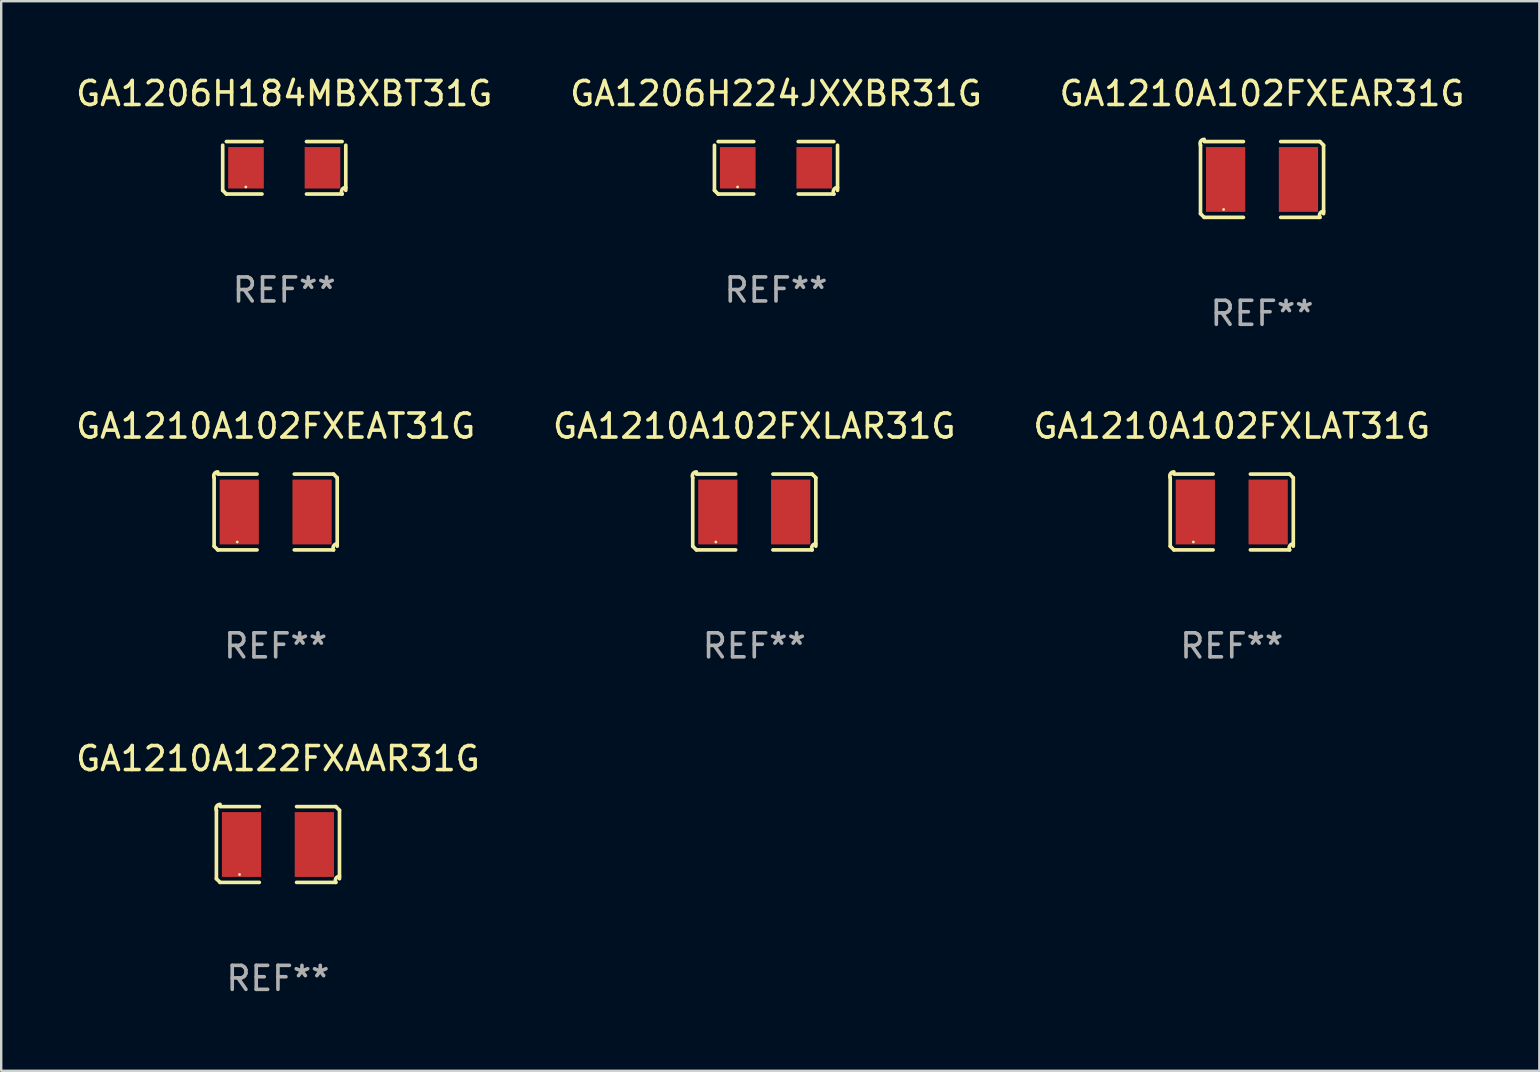
<source format=kicad_pcb>
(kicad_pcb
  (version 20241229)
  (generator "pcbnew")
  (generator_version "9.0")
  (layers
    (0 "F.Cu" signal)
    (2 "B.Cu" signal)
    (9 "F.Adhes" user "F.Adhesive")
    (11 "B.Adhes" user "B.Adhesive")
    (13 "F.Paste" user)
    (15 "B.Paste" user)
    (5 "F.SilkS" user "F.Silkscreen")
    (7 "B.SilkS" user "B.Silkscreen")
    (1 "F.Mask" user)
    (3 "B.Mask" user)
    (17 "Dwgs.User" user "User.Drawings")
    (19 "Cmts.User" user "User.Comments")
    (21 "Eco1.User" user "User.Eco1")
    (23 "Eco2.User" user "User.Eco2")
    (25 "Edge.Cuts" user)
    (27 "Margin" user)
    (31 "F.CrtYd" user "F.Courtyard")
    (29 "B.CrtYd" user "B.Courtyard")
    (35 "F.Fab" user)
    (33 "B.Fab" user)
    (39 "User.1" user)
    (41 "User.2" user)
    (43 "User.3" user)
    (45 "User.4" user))
  (footprint "GA1210A102FXLAR31G"
    (layer "F.Cu")
    (at 28.375 18.281)
    (property "Reference" "GA1210A102FXLAR31G" (at 0 -3.579 0) (layer "F.SilkS") (effects (font (size 1 1) (thickness 0.15))))
    (attr through_hole)
    (fp_line (start -2.564 1.426) (end -2.564 -1.426) (stroke (width 0.152) (type solid)) (layer "F.SilkS"))
    (fp_line (start -2.411 -1.579) (end -0.776 -1.579) (stroke (width 0.152) (type solid)) (layer "F.SilkS"))
    (fp_line (start -0.776 1.579) (end -2.411 1.579) (stroke (width 0.152) (type solid)) (layer "F.SilkS"))
    (fp_line (start 0.776 1.579) (end 2.411 1.579) (stroke (width 0.152) (type solid)) (layer "F.SilkS"))
    (fp_line (start 2.411 -1.579) (end 0.776 -1.579) (stroke (width 0.152) (type solid)) (layer "F.SilkS"))
    (fp_line (start 2.564 1.426) (end 2.564 -1.426) (stroke (width 0.152) (type solid)) (layer "F.SilkS"))
    (fp_arc (start -2.563602 -1.426213) (mid -2.555597 -1.591233) (end -2.411201 -1.671518) (stroke (width 0.1524) (type solid)) (layer "F.SilkS"))
    (fp_arc (start -2.5636 1.426214) (mid -2.487389 1.502402) (end -2.411201 1.578613) (stroke (width 0.1524) (type solid)) (layer "F.SilkS"))
    (fp_arc (start 2.411197 -1.578618) (mid 2.487403 -1.502419) (end 2.563602 -1.426213) (stroke (width 0.1524) (type solid)) (layer "F.SilkS"))
    (fp_arc (start 2.411201 1.578613) (mid 2.416214 1.409455) (end 2.563602 1.32629) (stroke (width 0.1524) (type solid)) (layer "F.SilkS"))
    (fp_circle (center -1.6 1.25) (end -1.57 1.25) (stroke (width 0.06) (type solid)) (fill no) (layer "F.SilkS"))
    (fp_text user "REF**" (at 0 5.579 0) (layer "F.Fab") (effects (font (size 1 1) (thickness 0.15))))
    (pad "1" smd rect (at -1.517 0) (size 1.635 2.7) (layers "F.Cu" "F.Mask" "F.Paste"))
    (pad "2" smd rect (at 1.517 0) (size 1.635 2.7) (layers "F.Cu" "F.Mask" "F.Paste")))
  (footprint "GA1206H184MBXBT31G"
    (layer "F.Cu")
    (at 8.792 3.941)
    (property "Reference" "GA1206H184MBXBT31G" (at 0 -3.093 0) (layer "F.SilkS") (effects (font (size 1 1) (thickness 0.15))))
    (attr through_hole)
    (fp_line (start -2.564 0.94) (end -2.564 -0.94) (stroke (width 0.152) (type solid)) (layer "F.SilkS"))
    (fp_line (start -2.411 -1.093) (end -0.926 -1.093) (stroke (width 0.152) (type solid)) (layer "F.SilkS"))
    (fp_line (start -0.926 1.093) (end -2.411 1.093) (stroke (width 0.152) (type solid)) (layer "F.SilkS"))
    (fp_line (start 0.926 1.093) (end 2.411 1.093) (stroke (width 0.152) (type solid)) (layer "F.SilkS"))
    (fp_line (start 2.411 -1.093) (end 0.926 -1.093) (stroke (width 0.152) (type solid)) (layer "F.SilkS"))
    (fp_line (start 2.564 0.94) (end 2.564 -0.94) (stroke (width 0.152) (type solid)) (layer "F.SilkS"))
    (fp_arc (start -2.411201 1.092609) (mid -2.487413 1.01642) (end -2.563602 0.940208) (stroke (width 0.1524) (type solid)) (layer "F.SilkS"))
    (fp_arc (start 2.411201 1.092609) (mid 2.407159 0.911226) (end 2.563602 0.819347) (stroke (width 0.1524) (type solid)) (layer "F.SilkS"))
    (fp_circle (center -1.6 0.8) (end -1.57 0.8) (stroke (width 0.06) (type solid)) (fill no) (layer "F.SilkS"))
    (fp_text user "REF**" (at 0 5.093 0) (layer "F.Fab") (effects (font (size 1 1) (thickness 0.15))))
    (pad "1" smd rect (at -1.593 0) (size 1.485 1.728) (layers "F.Cu" "F.Mask" "F.Paste"))
    (pad "2" smd rect (at 1.593 0) (size 1.485 1.728) (layers "F.Cu" "F.Mask" "F.Paste")))
  (footprint "GA1210A102FXLAT31G"
    (layer "F.Cu")
    (at 48.268 18.281)
    (property "Reference" "GA1210A102FXLAT31G" (at 0 -3.579 0) (layer "F.SilkS") (effects (font (size 1 1) (thickness 0.15))))
    (attr through_hole)
    (fp_line (start -2.564 1.426) (end -2.564 -1.426) (stroke (width 0.152) (type solid)) (layer "F.SilkS"))
    (fp_line (start -2.411 -1.579) (end -0.776 -1.579) (stroke (width 0.152) (type solid)) (layer "F.SilkS"))
    (fp_line (start -0.776 1.579) (end -2.411 1.579) (stroke (width 0.152) (type solid)) (layer "F.SilkS"))
    (fp_line (start 0.776 1.579) (end 2.411 1.579) (stroke (width 0.152) (type solid)) (layer "F.SilkS"))
    (fp_line (start 2.411 -1.579) (end 0.776 -1.579) (stroke (width 0.152) (type solid)) (layer "F.SilkS"))
    (fp_line (start 2.564 1.426) (end 2.564 -1.426) (stroke (width 0.152) (type solid)) (layer "F.SilkS"))
    (fp_arc (start -2.563602 -1.426213) (mid -2.555597 -1.591233) (end -2.411201 -1.671518) (stroke (width 0.1524) (type solid)) (layer "F.SilkS"))
    (fp_arc (start -2.5636 1.426214) (mid -2.487389 1.502402) (end -2.411201 1.578613) (stroke (width 0.1524) (type solid)) (layer "F.SilkS"))
    (fp_arc (start 2.411197 -1.578618) (mid 2.487403 -1.502419) (end 2.563602 -1.426213) (stroke (width 0.1524) (type solid)) (layer "F.SilkS"))
    (fp_arc (start 2.411201 1.578613) (mid 2.416214 1.409455) (end 2.563602 1.32629) (stroke (width 0.1524) (type solid)) (layer "F.SilkS"))
    (fp_circle (center -1.6 1.25) (end -1.57 1.25) (stroke (width 0.06) (type solid)) (fill no) (layer "F.SilkS"))
    (fp_text user "REF**" (at 0 5.579 0) (layer "F.Fab") (effects (font (size 1 1) (thickness 0.15))))
    (pad "1" smd rect (at -1.517 0) (size 1.635 2.7) (layers "F.Cu" "F.Mask" "F.Paste"))
    (pad "2" smd rect (at 1.517 0) (size 1.635 2.7) (layers "F.Cu" "F.Mask" "F.Paste")))
  (footprint "GA1210A122FXAAR31G"
    (layer "F.Cu")
    (at 8.53 32.134)
    (property "Reference" "GA1210A122FXAAR31G" (at 0 -3.579 0) (layer "F.SilkS") (effects (font (size 1 1) (thickness 0.15))))
    (attr through_hole)
    (fp_line (start -2.564 1.426) (end -2.564 -1.426) (stroke (width 0.152) (type solid)) (layer "F.SilkS"))
    (fp_line (start -2.411 -1.579) (end -0.776 -1.579) (stroke (width 0.152) (type solid)) (layer "F.SilkS"))
    (fp_line (start -0.776 1.579) (end -2.411 1.579) (stroke (width 0.152) (type solid)) (layer "F.SilkS"))
    (fp_line (start 0.776 1.579) (end 2.411 1.579) (stroke (width 0.152) (type solid)) (layer "F.SilkS"))
    (fp_line (start 2.411 -1.579) (end 0.776 -1.579) (stroke (width 0.152) (type solid)) (layer "F.SilkS"))
    (fp_line (start 2.564 1.426) (end 2.564 -1.426) (stroke (width 0.152) (type solid)) (layer "F.SilkS"))
    (fp_arc (start -2.563602 -1.426213) (mid -2.555597 -1.591233) (end -2.411201 -1.671518) (stroke (width 0.1524) (type solid)) (layer "F.SilkS"))
    (fp_arc (start -2.5636 1.426214) (mid -2.487389 1.502402) (end -2.411201 1.578613) (stroke (width 0.1524) (type solid)) (layer "F.SilkS"))
    (fp_arc (start 2.411197 -1.578618) (mid 2.487403 -1.502419) (end 2.563602 -1.426213) (stroke (width 0.1524) (type solid)) (layer "F.SilkS"))
    (fp_arc (start 2.411201 1.578613) (mid 2.416214 1.409455) (end 2.563602 1.32629) (stroke (width 0.1524) (type solid)) (layer "F.SilkS"))
    (fp_circle (center -1.6 1.25) (end -1.57 1.25) (stroke (width 0.06) (type solid)) (fill no) (layer "F.SilkS"))
    (fp_text user "REF**" (at 0 5.579 0) (layer "F.Fab") (effects (font (size 1 1) (thickness 0.15))))
    (pad "1" smd rect (at -1.517 0) (size 1.635 2.7) (layers "F.Cu" "F.Mask" "F.Paste"))
    (pad "2" smd rect (at 1.517 0) (size 1.635 2.7) (layers "F.Cu" "F.Mask" "F.Paste")))
  (footprint "GA1210A102FXEAR31G"
    (layer "F.Cu")
    (at 49.53 4.427)
    (property "Reference" "GA1210A102FXEAR31G" (at 0 -3.579 0) (layer "F.SilkS") (effects (font (size 1 1) (thickness 0.15))))
    (attr through_hole)
    (fp_line (start -2.564 1.426) (end -2.564 -1.426) (stroke (width 0.152) (type solid)) (layer "F.SilkS"))
    (fp_line (start -2.411 -1.579) (end -0.776 -1.579) (stroke (width 0.152) (type solid)) (layer "F.SilkS"))
    (fp_line (start -0.776 1.579) (end -2.411 1.579) (stroke (width 0.152) (type solid)) (layer "F.SilkS"))
    (fp_line (start 0.776 1.579) (end 2.411 1.579) (stroke (width 0.152) (type solid)) (layer "F.SilkS"))
    (fp_line (start 2.411 -1.579) (end 0.776 -1.579) (stroke (width 0.152) (type solid)) (layer "F.SilkS"))
    (fp_line (start 2.564 1.426) (end 2.564 -1.426) (stroke (width 0.152) (type solid)) (layer "F.SilkS"))
    (fp_arc (start -2.563602 -1.426213) (mid -2.555597 -1.591233) (end -2.411201 -1.671518) (stroke (width 0.1524) (type solid)) (layer "F.SilkS"))
    (fp_arc (start -2.5636 1.426214) (mid -2.487389 1.502402) (end -2.411201 1.578613) (stroke (width 0.1524) (type solid)) (layer "F.SilkS"))
    (fp_arc (start 2.411197 -1.578618) (mid 2.487403 -1.502419) (end 2.563602 -1.426213) (stroke (width 0.1524) (type solid)) (layer "F.SilkS"))
    (fp_arc (start 2.411201 1.578613) (mid 2.416214 1.409455) (end 2.563602 1.32629) (stroke (width 0.1524) (type solid)) (layer "F.SilkS"))
    (fp_circle (center -1.6 1.25) (end -1.57 1.25) (stroke (width 0.06) (type solid)) (fill no) (layer "F.SilkS"))
    (fp_text user "REF**" (at 0 5.579 0) (layer "F.Fab") (effects (font (size 1 1) (thickness 0.15))))
    (pad "1" smd rect (at -1.517 0) (size 1.635 2.7) (layers "F.Cu" "F.Mask" "F.Paste"))
    (pad "2" smd rect (at 1.517 0) (size 1.635 2.7) (layers "F.Cu" "F.Mask" "F.Paste")))
  (footprint "GA1210A102FXEAT31G"
    (layer "F.Cu")
    (at 8.435 18.281)
    (property "Reference" "GA1210A102FXEAT31G" (at 0 -3.579 0) (layer "F.SilkS") (effects (font (size 1 1) (thickness 0.15))))
    (attr through_hole)
    (fp_line (start -2.564 1.426) (end -2.564 -1.426) (stroke (width 0.152) (type solid)) (layer "F.SilkS"))
    (fp_line (start -2.411 -1.579) (end -0.776 -1.579) (stroke (width 0.152) (type solid)) (layer "F.SilkS"))
    (fp_line (start -0.776 1.579) (end -2.411 1.579) (stroke (width 0.152) (type solid)) (layer "F.SilkS"))
    (fp_line (start 0.776 1.579) (end 2.411 1.579) (stroke (width 0.152) (type solid)) (layer "F.SilkS"))
    (fp_line (start 2.411 -1.579) (end 0.776 -1.579) (stroke (width 0.152) (type solid)) (layer "F.SilkS"))
    (fp_line (start 2.564 1.426) (end 2.564 -1.426) (stroke (width 0.152) (type solid)) (layer "F.SilkS"))
    (fp_arc (start -2.563602 -1.426213) (mid -2.555597 -1.591233) (end -2.411201 -1.671518) (stroke (width 0.1524) (type solid)) (layer "F.SilkS"))
    (fp_arc (start -2.5636 1.426214) (mid -2.487389 1.502402) (end -2.411201 1.578613) (stroke (width 0.1524) (type solid)) (layer "F.SilkS"))
    (fp_arc (start 2.411197 -1.578618) (mid 2.487403 -1.502419) (end 2.563602 -1.426213) (stroke (width 0.1524) (type solid)) (layer "F.SilkS"))
    (fp_arc (start 2.411201 1.578613) (mid 2.416214 1.409455) (end 2.563602 1.32629) (stroke (width 0.1524) (type solid)) (layer "F.SilkS"))
    (fp_circle (center -1.6 1.25) (end -1.57 1.25) (stroke (width 0.06) (type solid)) (fill no) (layer "F.SilkS"))
    (fp_text user "REF**" (at 0 5.579 0) (layer "F.Fab") (effects (font (size 1 1) (thickness 0.15))))
    (pad "1" smd rect (at -1.517 0) (size 1.635 2.7) (layers "F.Cu" "F.Mask" "F.Paste"))
    (pad "2" smd rect (at 1.517 0) (size 1.635 2.7) (layers "F.Cu" "F.Mask" "F.Paste")))
  (footprint "GA1206H224JXXBR31G"
    (layer "F.Cu")
    (at 29.28 3.941)
    (property "Reference" "GA1206H224JXXBR31G" (at 0 -3.093 0) (layer "F.SilkS") (effects (font (size 1 1) (thickness 0.15))))
    (attr through_hole)
    (fp_line (start -2.564 0.94) (end -2.564 -0.94) (stroke (width 0.152) (type solid)) (layer "F.SilkS"))
    (fp_line (start -2.411 -1.093) (end -0.926 -1.093) (stroke (width 0.152) (type solid)) (layer "F.SilkS"))
    (fp_line (start -0.926 1.093) (end -2.411 1.093) (stroke (width 0.152) (type solid)) (layer "F.SilkS"))
    (fp_line (start 0.926 1.093) (end 2.411 1.093) (stroke (width 0.152) (type solid)) (layer "F.SilkS"))
    (fp_line (start 2.411 -1.093) (end 0.926 -1.093) (stroke (width 0.152) (type solid)) (layer "F.SilkS"))
    (fp_line (start 2.564 0.94) (end 2.564 -0.94) (stroke (width 0.152) (type solid)) (layer "F.SilkS"))
    (fp_arc (start -2.411201 1.092609) (mid -2.487413 1.01642) (end -2.563602 0.940208) (stroke (width 0.1524) (type solid)) (layer "F.SilkS"))
    (fp_arc (start 2.411201 1.092609) (mid 2.407159 0.911226) (end 2.563602 0.819347) (stroke (width 0.1524) (type solid)) (layer "F.SilkS"))
    (fp_circle (center -1.6 0.8) (end -1.57 0.8) (stroke (width 0.06) (type solid)) (fill no) (layer "F.SilkS"))
    (fp_text user "REF**" (at 0 5.093 0) (layer "F.Fab") (effects (font (size 1 1) (thickness 0.15))))
    (pad "1" smd rect (at -1.593 0) (size 1.485 1.728) (layers "F.Cu" "F.Mask" "F.Paste"))
    (pad "2" smd rect (at 1.593 0) (size 1.485 1.728) (layers "F.Cu" "F.Mask" "F.Paste")))
  (gr_rect
    (start -3 -3)
    (end 61.083 41.561)
    (stroke (width 0.1) (type default))
    (fill no)
    (layer "Edge.Cuts")))
</source>
